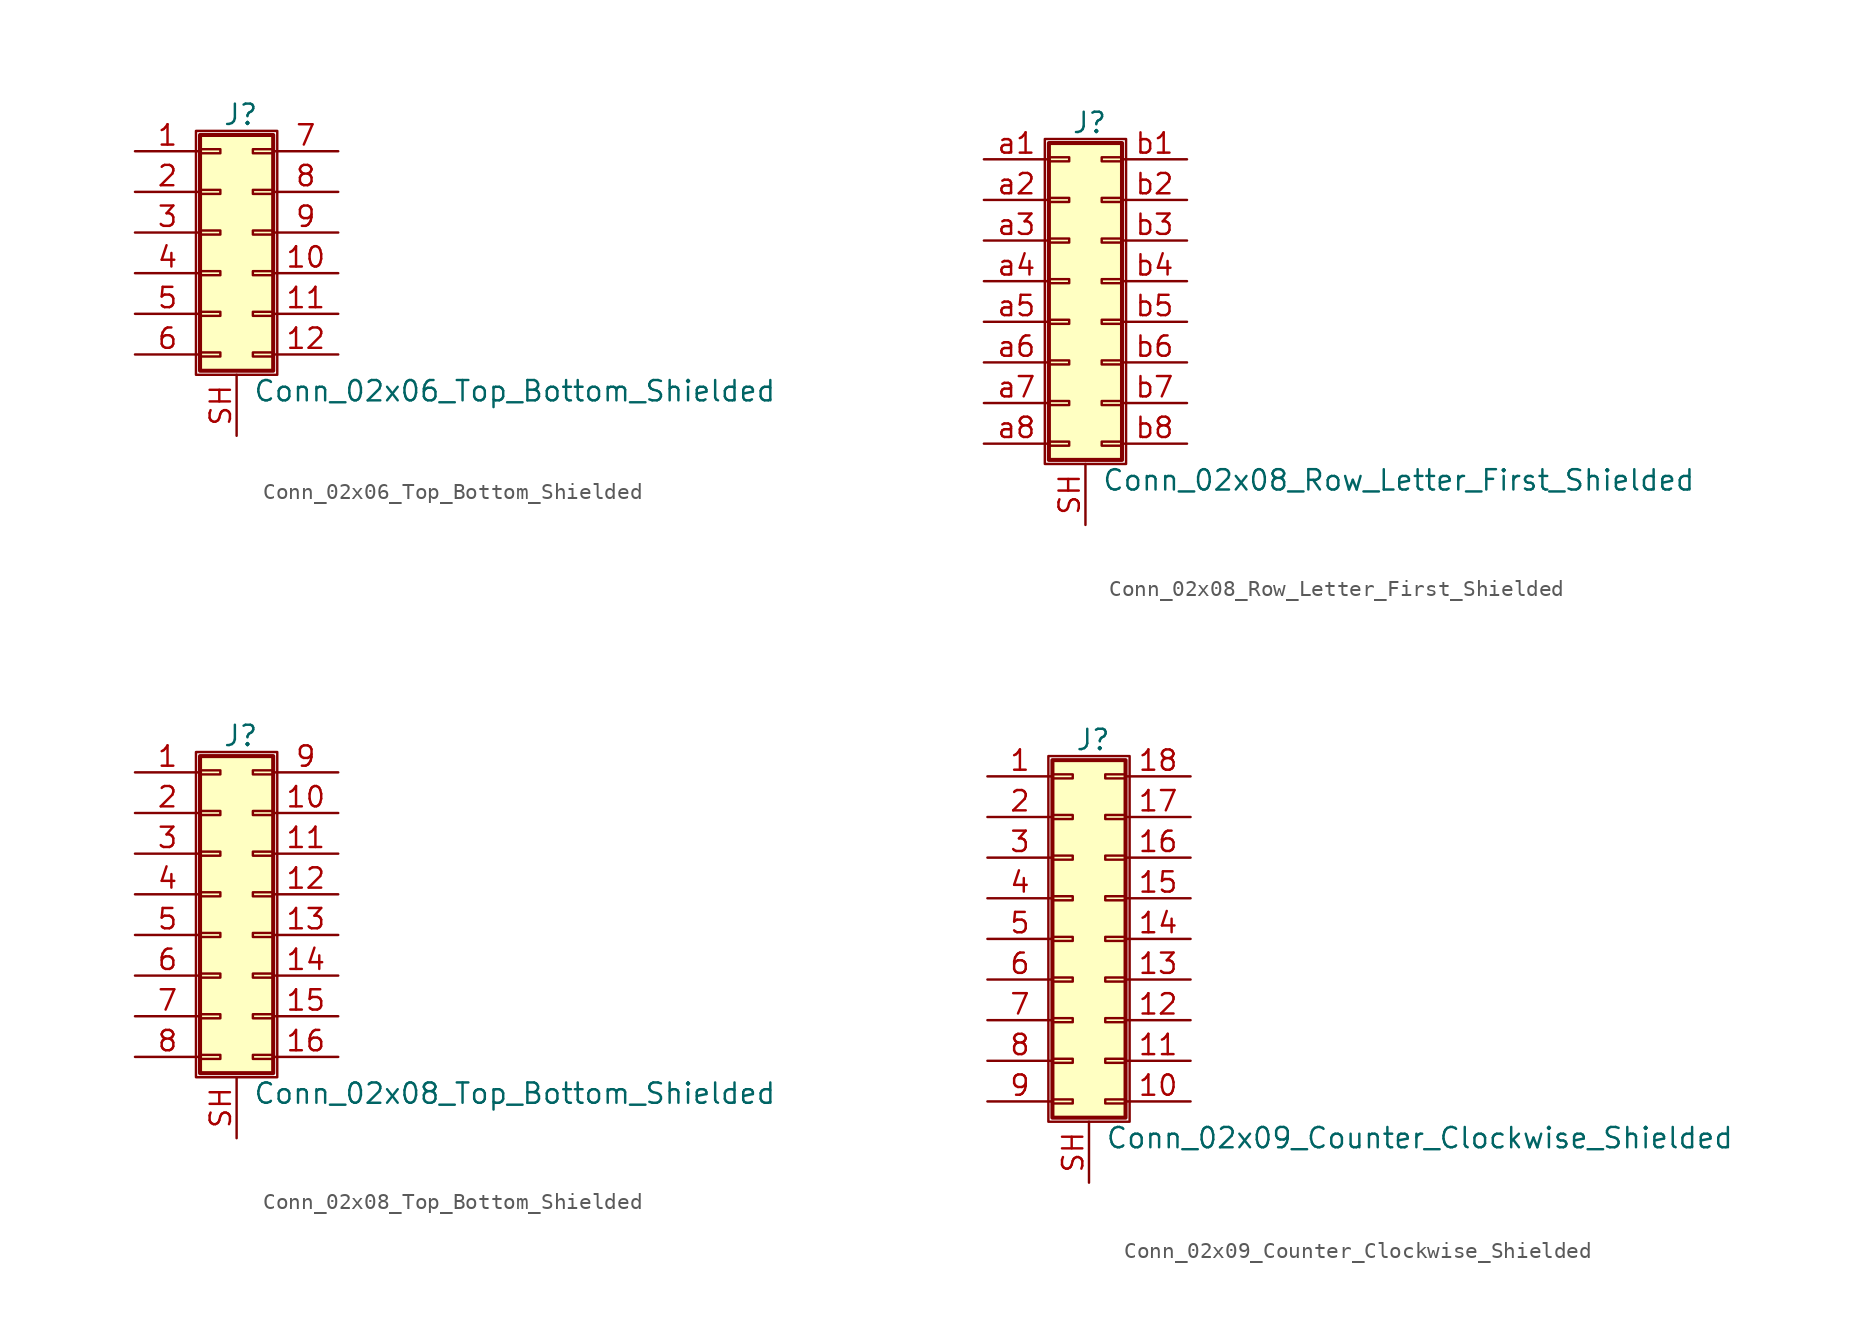
<source format=kicad_sym>
(kicad_symbol_lib
  (version 20201005)
  (generator kicad_symbol_editor)
  (symbol "Conn_02x06_Top_Bottom_Shielded"
    (pin_names
      (offset 1.016) hide)
    (property "Reference" "J"
      (at 1.524 7.366 0)
      (effects (font (size 1.27 1.27))))
    (property "Value" "Conn_02x06_Top_Bottom_Shielded"
      (at 2.286 -9.906 0)
      (effects (font (size 1.27 1.27)) (justify left)))
    (symbol "Conn_02x06_Top_Bottom_Shielded_1_1"
      (rectangle (start -1.27 6.35) (end 3.81 -8.89) (stroke (width 0.152)) (fill (type none)))
      (rectangle (start -1.016 -7.493) (end 0.254 -7.747) (stroke (width 0.152)) (fill (type none)))
      (rectangle (start -1.016 -4.953) (end 0.254 -5.207) (stroke (width 0.152)) (fill (type none)))
      (rectangle (start -1.016 -2.413) (end 0.254 -2.667) (stroke (width 0.152)) (fill (type none)))
      (rectangle (start -1.016 0.127) (end 0.254 -0.127) (stroke (width 0.152)) (fill (type none)))
      (rectangle (start -1.016 2.667) (end 0.254 2.413) (stroke (width 0.152)) (fill (type none)))
      (rectangle (start -1.016 5.207) (end 0.254 4.953) (stroke (width 0.152)) (fill (type none)))
      (rectangle (start -1.016 6.096) (end 3.556 -8.636) (stroke (width 0.254)) (fill (type background)))
      (rectangle (start 3.556 -7.493) (end 2.286 -7.747) (stroke (width 0.152)) (fill (type none)))
      (rectangle (start 3.556 -4.953) (end 2.286 -5.207) (stroke (width 0.152)) (fill (type none)))
      (rectangle (start 3.556 -2.413) (end 2.286 -2.667) (stroke (width 0.152)) (fill (type none)))
      (rectangle (start 3.556 0.127) (end 2.286 -0.127) (stroke (width 0.152)) (fill (type none)))
      (rectangle (start 3.556 2.667) (end 2.286 2.413) (stroke (width 0.152)) (fill (type none)))
      (rectangle (start 3.556 5.207) (end 2.286 4.953) (stroke (width 0.152)) (fill (type none)))
      (pin passive line (at -5.08 5.08 0) (length 4.064) (name "Pin_1" (effects (font (size 1.27 1.27)))) (number "1" (effects (font (size 1.27 1.27)))))
      (pin passive line (at 7.62 -2.54 180) (length 4.064) (name "Pin_10" (effects (font (size 1.27 1.27)))) (number "10" (effects (font (size 1.27 1.27)))))
      (pin passive line (at 7.62 -5.08 180) (length 4.064) (name "Pin_11" (effects (font (size 1.27 1.27)))) (number "11" (effects (font (size 1.27 1.27)))))
      (pin passive line (at 7.62 -7.62 180) (length 4.064) (name "Pin_12" (effects (font (size 1.27 1.27)))) (number "12" (effects (font (size 1.27 1.27)))))
      (pin passive line (at -5.08 2.54 0) (length 4.064) (name "Pin_2" (effects (font (size 1.27 1.27)))) (number "2" (effects (font (size 1.27 1.27)))))
      (pin passive line (at -5.08 0 0) (length 4.064) (name "Pin_3" (effects (font (size 1.27 1.27)))) (number "3" (effects (font (size 1.27 1.27)))))
      (pin passive line (at -5.08 -2.54 0) (length 4.064) (name "Pin_4" (effects (font (size 1.27 1.27)))) (number "4" (effects (font (size 1.27 1.27)))))
      (pin passive line (at -5.08 -5.08 0) (length 4.064) (name "Pin_5" (effects (font (size 1.27 1.27)))) (number "5" (effects (font (size 1.27 1.27)))))
      (pin passive line (at -5.08 -7.62 0) (length 4.064) (name "Pin_6" (effects (font (size 1.27 1.27)))) (number "6" (effects (font (size 1.27 1.27)))))
      (pin passive line (at 7.62 5.08 180) (length 4.064) (name "Pin_7" (effects (font (size 1.27 1.27)))) (number "7" (effects (font (size 1.27 1.27)))))
      (pin passive line (at 7.62 2.54 180) (length 4.064) (name "Pin_8" (effects (font (size 1.27 1.27)))) (number "8" (effects (font (size 1.27 1.27)))))
      (pin passive line (at 7.62 0 180) (length 4.064) (name "Pin_9" (effects (font (size 1.27 1.27)))) (number "9" (effects (font (size 1.27 1.27)))))
      (pin passive line (at 1.27 -12.7 90) (length 3.81) (name "Shield" (effects (font (size 1.27 1.27)))) (number "SH" (effects (font (size 1.27 1.27)))))))
  (symbol "Conn_02x08_Row_Letter_First_Shielded"
    (pin_names
      (offset 1.016) hide)
    (property "Reference" "J"
      (at 1.524 9.906 0)
      (effects (font (size 1.27 1.27))))
    (property "Value" "Conn_02x08_Row_Letter_First_Shielded"
      (at 2.286 -12.446 0)
      (effects (font (size 1.27 1.27)) (justify left)))
    (symbol "Conn_02x08_Row_Letter_First_Shielded_1_1"
      (rectangle (start -1.27 8.89) (end 3.81 -11.43) (stroke (width 0.152)) (fill (type none)))
      (rectangle (start -1.016 -10.033) (end 0.254 -10.287) (stroke (width 0.152)) (fill (type none)))
      (rectangle (start -1.016 -7.493) (end 0.254 -7.747) (stroke (width 0.152)) (fill (type none)))
      (rectangle (start -1.016 -4.953) (end 0.254 -5.207) (stroke (width 0.152)) (fill (type none)))
      (rectangle (start -1.016 -2.413) (end 0.254 -2.667) (stroke (width 0.152)) (fill (type none)))
      (rectangle (start -1.016 0.127) (end 0.254 -0.127) (stroke (width 0.152)) (fill (type none)))
      (rectangle (start -1.016 2.667) (end 0.254 2.413) (stroke (width 0.152)) (fill (type none)))
      (rectangle (start -1.016 5.207) (end 0.254 4.953) (stroke (width 0.152)) (fill (type none)))
      (rectangle (start -1.016 7.747) (end 0.254 7.493) (stroke (width 0.152)) (fill (type none)))
      (rectangle (start -1.016 8.636) (end 3.556 -11.176) (stroke (width 0.254)) (fill (type background)))
      (rectangle (start 3.556 -10.033) (end 2.286 -10.287) (stroke (width 0.152)) (fill (type none)))
      (rectangle (start 3.556 -7.493) (end 2.286 -7.747) (stroke (width 0.152)) (fill (type none)))
      (rectangle (start 3.556 -4.953) (end 2.286 -5.207) (stroke (width 0.152)) (fill (type none)))
      (rectangle (start 3.556 -2.413) (end 2.286 -2.667) (stroke (width 0.152)) (fill (type none)))
      (rectangle (start 3.556 0.127) (end 2.286 -0.127) (stroke (width 0.152)) (fill (type none)))
      (rectangle (start 3.556 2.667) (end 2.286 2.413) (stroke (width 0.152)) (fill (type none)))
      (rectangle (start 3.556 5.207) (end 2.286 4.953) (stroke (width 0.152)) (fill (type none)))
      (rectangle (start 3.556 7.747) (end 2.286 7.493) (stroke (width 0.152)) (fill (type none)))
      (pin passive line (at 1.27 -15.24 90) (length 3.81) (name "Shield" (effects (font (size 1.27 1.27)))) (number "SH" (effects (font (size 1.27 1.27)))))
      (pin passive line (at -5.08 7.62 0) (length 4.064) (name "Pin_a1" (effects (font (size 1.27 1.27)))) (number "a1" (effects (font (size 1.27 1.27)))))
      (pin passive line (at -5.08 5.08 0) (length 4.064) (name "Pin_a2" (effects (font (size 1.27 1.27)))) (number "a2" (effects (font (size 1.27 1.27)))))
      (pin passive line (at -5.08 2.54 0) (length 4.064) (name "Pin_a3" (effects (font (size 1.27 1.27)))) (number "a3" (effects (font (size 1.27 1.27)))))
      (pin passive line (at -5.08 0 0) (length 4.064) (name "Pin_a4" (effects (font (size 1.27 1.27)))) (number "a4" (effects (font (size 1.27 1.27)))))
      (pin passive line (at -5.08 -2.54 0) (length 4.064) (name "Pin_a5" (effects (font (size 1.27 1.27)))) (number "a5" (effects (font (size 1.27 1.27)))))
      (pin passive line (at -5.08 -5.08 0) (length 4.064) (name "Pin_a6" (effects (font (size 1.27 1.27)))) (number "a6" (effects (font (size 1.27 1.27)))))
      (pin passive line (at -5.08 -7.62 0) (length 4.064) (name "Pin_a7" (effects (font (size 1.27 1.27)))) (number "a7" (effects (font (size 1.27 1.27)))))
      (pin passive line (at -5.08 -10.16 0) (length 4.064) (name "Pin_a8" (effects (font (size 1.27 1.27)))) (number "a8" (effects (font (size 1.27 1.27)))))
      (pin passive line (at 7.62 7.62 180) (length 4.064) (name "Pin_b1" (effects (font (size 1.27 1.27)))) (number "b1" (effects (font (size 1.27 1.27)))))
      (pin passive line (at 7.62 5.08 180) (length 4.064) (name "Pin_b2" (effects (font (size 1.27 1.27)))) (number "b2" (effects (font (size 1.27 1.27)))))
      (pin passive line (at 7.62 2.54 180) (length 4.064) (name "Pin_b3" (effects (font (size 1.27 1.27)))) (number "b3" (effects (font (size 1.27 1.27)))))
      (pin passive line (at 7.62 0 180) (length 4.064) (name "Pin_b4" (effects (font (size 1.27 1.27)))) (number "b4" (effects (font (size 1.27 1.27)))))
      (pin passive line (at 7.62 -2.54 180) (length 4.064) (name "Pin_b5" (effects (font (size 1.27 1.27)))) (number "b5" (effects (font (size 1.27 1.27)))))
      (pin passive line (at 7.62 -5.08 180) (length 4.064) (name "Pin_b6" (effects (font (size 1.27 1.27)))) (number "b6" (effects (font (size 1.27 1.27)))))
      (pin passive line (at 7.62 -7.62 180) (length 4.064) (name "Pin_b7" (effects (font (size 1.27 1.27)))) (number "b7" (effects (font (size 1.27 1.27)))))
      (pin passive line (at 7.62 -10.16 180) (length 4.064) (name "Pin_b8" (effects (font (size 1.27 1.27)))) (number "b8" (effects (font (size 1.27 1.27)))))))
  (symbol "Conn_02x08_Top_Bottom_Shielded"
    (pin_names
      (offset 1.016) hide)
    (property "Reference" "J"
      (at 1.524 9.906 0)
      (effects (font (size 1.27 1.27))))
    (property "Value" "Conn_02x08_Top_Bottom_Shielded"
      (at 2.286 -12.446 0)
      (effects (font (size 1.27 1.27)) (justify left)))
    (symbol "Conn_02x08_Top_Bottom_Shielded_1_1"
      (rectangle (start -1.27 8.89) (end 3.81 -11.43) (stroke (width 0.152)) (fill (type none)))
      (rectangle (start -1.016 -10.033) (end 0.254 -10.287) (stroke (width 0.152)) (fill (type none)))
      (rectangle (start -1.016 -7.493) (end 0.254 -7.747) (stroke (width 0.152)) (fill (type none)))
      (rectangle (start -1.016 -4.953) (end 0.254 -5.207) (stroke (width 0.152)) (fill (type none)))
      (rectangle (start -1.016 -2.413) (end 0.254 -2.667) (stroke (width 0.152)) (fill (type none)))
      (rectangle (start -1.016 0.127) (end 0.254 -0.127) (stroke (width 0.152)) (fill (type none)))
      (rectangle (start -1.016 2.667) (end 0.254 2.413) (stroke (width 0.152)) (fill (type none)))
      (rectangle (start -1.016 5.207) (end 0.254 4.953) (stroke (width 0.152)) (fill (type none)))
      (rectangle (start -1.016 7.747) (end 0.254 7.493) (stroke (width 0.152)) (fill (type none)))
      (rectangle (start -1.016 8.636) (end 3.556 -11.176) (stroke (width 0.254)) (fill (type background)))
      (rectangle (start 3.556 -10.033) (end 2.286 -10.287) (stroke (width 0.152)) (fill (type none)))
      (rectangle (start 3.556 -7.493) (end 2.286 -7.747) (stroke (width 0.152)) (fill (type none)))
      (rectangle (start 3.556 -4.953) (end 2.286 -5.207) (stroke (width 0.152)) (fill (type none)))
      (rectangle (start 3.556 -2.413) (end 2.286 -2.667) (stroke (width 0.152)) (fill (type none)))
      (rectangle (start 3.556 0.127) (end 2.286 -0.127) (stroke (width 0.152)) (fill (type none)))
      (rectangle (start 3.556 2.667) (end 2.286 2.413) (stroke (width 0.152)) (fill (type none)))
      (rectangle (start 3.556 5.207) (end 2.286 4.953) (stroke (width 0.152)) (fill (type none)))
      (rectangle (start 3.556 7.747) (end 2.286 7.493) (stroke (width 0.152)) (fill (type none)))
      (pin passive line (at -5.08 7.62 0) (length 4.064) (name "Pin_1" (effects (font (size 1.27 1.27)))) (number "1" (effects (font (size 1.27 1.27)))))
      (pin passive line (at 7.62 5.08 180) (length 4.064) (name "Pin_10" (effects (font (size 1.27 1.27)))) (number "10" (effects (font (size 1.27 1.27)))))
      (pin passive line (at 7.62 2.54 180) (length 4.064) (name "Pin_11" (effects (font (size 1.27 1.27)))) (number "11" (effects (font (size 1.27 1.27)))))
      (pin passive line (at 7.62 0 180) (length 4.064) (name "Pin_12" (effects (font (size 1.27 1.27)))) (number "12" (effects (font (size 1.27 1.27)))))
      (pin passive line (at 7.62 -2.54 180) (length 4.064) (name "Pin_13" (effects (font (size 1.27 1.27)))) (number "13" (effects (font (size 1.27 1.27)))))
      (pin passive line (at 7.62 -5.08 180) (length 4.064) (name "Pin_14" (effects (font (size 1.27 1.27)))) (number "14" (effects (font (size 1.27 1.27)))))
      (pin passive line (at 7.62 -7.62 180) (length 4.064) (name "Pin_15" (effects (font (size 1.27 1.27)))) (number "15" (effects (font (size 1.27 1.27)))))
      (pin passive line (at 7.62 -10.16 180) (length 4.064) (name "Pin_16" (effects (font (size 1.27 1.27)))) (number "16" (effects (font (size 1.27 1.27)))))
      (pin passive line (at -5.08 5.08 0) (length 4.064) (name "Pin_2" (effects (font (size 1.27 1.27)))) (number "2" (effects (font (size 1.27 1.27)))))
      (pin passive line (at -5.08 2.54 0) (length 4.064) (name "Pin_3" (effects (font (size 1.27 1.27)))) (number "3" (effects (font (size 1.27 1.27)))))
      (pin passive line (at -5.08 0 0) (length 4.064) (name "Pin_4" (effects (font (size 1.27 1.27)))) (number "4" (effects (font (size 1.27 1.27)))))
      (pin passive line (at -5.08 -2.54 0) (length 4.064) (name "Pin_5" (effects (font (size 1.27 1.27)))) (number "5" (effects (font (size 1.27 1.27)))))
      (pin passive line (at -5.08 -5.08 0) (length 4.064) (name "Pin_6" (effects (font (size 1.27 1.27)))) (number "6" (effects (font (size 1.27 1.27)))))
      (pin passive line (at -5.08 -7.62 0) (length 4.064) (name "Pin_7" (effects (font (size 1.27 1.27)))) (number "7" (effects (font (size 1.27 1.27)))))
      (pin passive line (at -5.08 -10.16 0) (length 4.064) (name "Pin_8" (effects (font (size 1.27 1.27)))) (number "8" (effects (font (size 1.27 1.27)))))
      (pin passive line (at 7.62 7.62 180) (length 4.064) (name "Pin_9" (effects (font (size 1.27 1.27)))) (number "9" (effects (font (size 1.27 1.27)))))
      (pin passive line (at 1.27 -15.24 90) (length 3.81) (name "Shield" (effects (font (size 1.27 1.27)))) (number "SH" (effects (font (size 1.27 1.27)))))))
  (symbol "Conn_02x09_Counter_Clockwise_Shielded"
    (pin_names
      (offset 1.016) hide)
    (property "Reference" "J"
      (at 1.524 12.446 0)
      (effects (font (size 1.27 1.27))))
    (property "Value" "Conn_02x09_Counter_Clockwise_Shielded"
      (at 2.286 -12.446 0)
      (effects (font (size 1.27 1.27)) (justify left)))
    (symbol "Conn_02x09_Counter_Clockwise_Shielded_1_1"
      (rectangle (start -1.27 11.43) (end 3.81 -11.43) (stroke (width 0.152)) (fill (type none)))
      (rectangle (start -1.016 -10.033) (end 0.254 -10.287) (stroke (width 0.152)) (fill (type none)))
      (rectangle (start -1.016 -7.493) (end 0.254 -7.747) (stroke (width 0.152)) (fill (type none)))
      (rectangle (start -1.016 -4.953) (end 0.254 -5.207) (stroke (width 0.152)) (fill (type none)))
      (rectangle (start -1.016 -2.413) (end 0.254 -2.667) (stroke (width 0.152)) (fill (type none)))
      (rectangle (start -1.016 0.127) (end 0.254 -0.127) (stroke (width 0.152)) (fill (type none)))
      (rectangle (start -1.016 2.667) (end 0.254 2.413) (stroke (width 0.152)) (fill (type none)))
      (rectangle (start -1.016 5.207) (end 0.254 4.953) (stroke (width 0.152)) (fill (type none)))
      (rectangle (start -1.016 7.747) (end 0.254 7.493) (stroke (width 0.152)) (fill (type none)))
      (rectangle (start -1.016 10.287) (end 0.254 10.033) (stroke (width 0.152)) (fill (type none)))
      (rectangle (start -1.016 11.176) (end 3.556 -11.176) (stroke (width 0.254)) (fill (type background)))
      (rectangle (start 3.556 -10.033) (end 2.286 -10.287) (stroke (width 0.152)) (fill (type none)))
      (rectangle (start 3.556 -7.493) (end 2.286 -7.747) (stroke (width 0.152)) (fill (type none)))
      (rectangle (start 3.556 -4.953) (end 2.286 -5.207) (stroke (width 0.152)) (fill (type none)))
      (rectangle (start 3.556 -2.413) (end 2.286 -2.667) (stroke (width 0.152)) (fill (type none)))
      (rectangle (start 3.556 0.127) (end 2.286 -0.127) (stroke (width 0.152)) (fill (type none)))
      (rectangle (start 3.556 2.667) (end 2.286 2.413) (stroke (width 0.152)) (fill (type none)))
      (rectangle (start 3.556 5.207) (end 2.286 4.953) (stroke (width 0.152)) (fill (type none)))
      (rectangle (start 3.556 7.747) (end 2.286 7.493) (stroke (width 0.152)) (fill (type none)))
      (rectangle (start 3.556 10.287) (end 2.286 10.033) (stroke (width 0.152)) (fill (type none)))
      (pin passive line (at -5.08 10.16 0) (length 4.064) (name "Pin_1" (effects (font (size 1.27 1.27)))) (number "1" (effects (font (size 1.27 1.27)))))
      (pin passive line (at 7.62 -10.16 180) (length 4.064) (name "Pin_10" (effects (font (size 1.27 1.27)))) (number "10" (effects (font (size 1.27 1.27)))))
      (pin passive line (at 7.62 -7.62 180) (length 4.064) (name "Pin_11" (effects (font (size 1.27 1.27)))) (number "11" (effects (font (size 1.27 1.27)))))
      (pin passive line (at 7.62 -5.08 180) (length 4.064) (name "Pin_12" (effects (font (size 1.27 1.27)))) (number "12" (effects (font (size 1.27 1.27)))))
      (pin passive line (at 7.62 -2.54 180) (length 4.064) (name "Pin_13" (effects (font (size 1.27 1.27)))) (number "13" (effects (font (size 1.27 1.27)))))
      (pin passive line (at 7.62 0 180) (length 4.064) (name "Pin_14" (effects (font (size 1.27 1.27)))) (number "14" (effects (font (size 1.27 1.27)))))
      (pin passive line (at 7.62 2.54 180) (length 4.064) (name "Pin_15" (effects (font (size 1.27 1.27)))) (number "15" (effects (font (size 1.27 1.27)))))
      (pin passive line (at 7.62 5.08 180) (length 4.064) (name "Pin_16" (effects (font (size 1.27 1.27)))) (number "16" (effects (font (size 1.27 1.27)))))
      (pin passive line (at 7.62 7.62 180) (length 4.064) (name "Pin_17" (effects (font (size 1.27 1.27)))) (number "17" (effects (font (size 1.27 1.27)))))
      (pin passive line (at 7.62 10.16 180) (length 4.064) (name "Pin_18" (effects (font (size 1.27 1.27)))) (number "18" (effects (font (size 1.27 1.27)))))
      (pin passive line (at -5.08 7.62 0) (length 4.064) (name "Pin_2" (effects (font (size 1.27 1.27)))) (number "2" (effects (font (size 1.27 1.27)))))
      (pin passive line (at -5.08 5.08 0) (length 4.064) (name "Pin_3" (effects (font (size 1.27 1.27)))) (number "3" (effects (font (size 1.27 1.27)))))
      (pin passive line (at -5.08 2.54 0) (length 4.064) (name "Pin_4" (effects (font (size 1.27 1.27)))) (number "4" (effects (font (size 1.27 1.27)))))
      (pin passive line (at -5.08 0 0) (length 4.064) (name "Pin_5" (effects (font (size 1.27 1.27)))) (number "5" (effects (font (size 1.27 1.27)))))
      (pin passive line (at -5.08 -2.54 0) (length 4.064) (name "Pin_6" (effects (font (size 1.27 1.27)))) (number "6" (effects (font (size 1.27 1.27)))))
      (pin passive line (at -5.08 -5.08 0) (length 4.064) (name "Pin_7" (effects (font (size 1.27 1.27)))) (number "7" (effects (font (size 1.27 1.27)))))
      (pin passive line (at -5.08 -7.62 0) (length 4.064) (name "Pin_8" (effects (font (size 1.27 1.27)))) (number "8" (effects (font (size 1.27 1.27)))))
      (pin passive line (at -5.08 -10.16 0) (length 4.064) (name "Pin_9" (effects (font (size 1.27 1.27)))) (number "9" (effects (font (size 1.27 1.27)))))
      (pin passive line (at 1.27 -15.24 90) (length 3.81) (name "Shield" (effects (font (size 1.27 1.27)))) (number "SH" (effects (font (size 1.27 1.27))))))))
</source>
